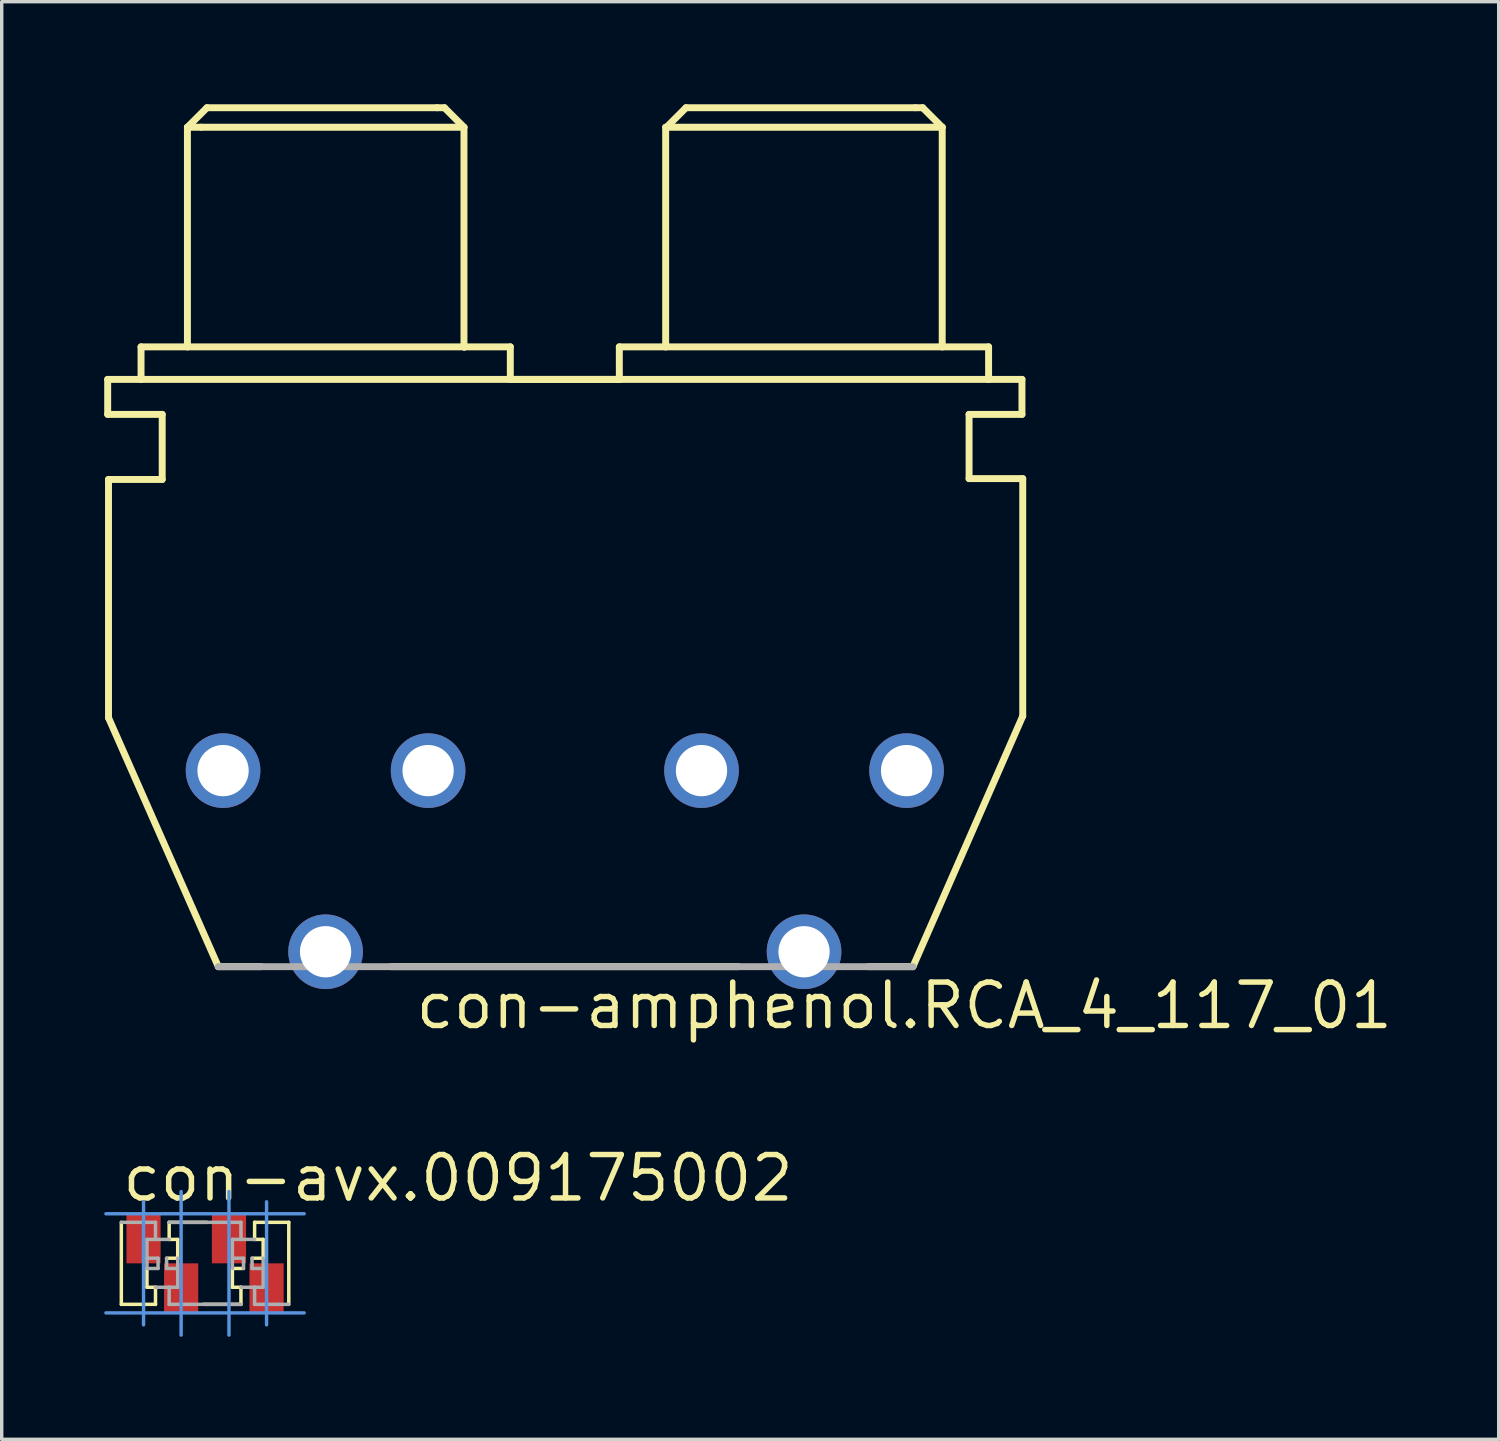
<source format=kicad_pcb>
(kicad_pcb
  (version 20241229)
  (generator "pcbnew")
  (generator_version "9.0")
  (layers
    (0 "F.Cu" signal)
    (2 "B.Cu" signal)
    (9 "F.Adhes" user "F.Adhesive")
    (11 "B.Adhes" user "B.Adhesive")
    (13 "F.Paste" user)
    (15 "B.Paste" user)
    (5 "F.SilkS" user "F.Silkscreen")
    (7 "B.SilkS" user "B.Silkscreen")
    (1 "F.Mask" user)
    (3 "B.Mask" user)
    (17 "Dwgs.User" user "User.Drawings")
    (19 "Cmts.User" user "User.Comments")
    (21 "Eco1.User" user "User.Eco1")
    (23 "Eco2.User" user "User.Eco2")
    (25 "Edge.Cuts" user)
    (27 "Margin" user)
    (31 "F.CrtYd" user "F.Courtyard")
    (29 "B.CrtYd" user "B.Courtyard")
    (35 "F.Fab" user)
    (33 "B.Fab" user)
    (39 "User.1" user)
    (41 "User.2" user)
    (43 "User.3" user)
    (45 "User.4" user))
  (footprint "con-amphenol.RCA_4_117_01"
    (layer "F.Cu")
    (at 13.477 19.499)
    (property "Reference" "con-amphenol.RCA_4_117_01" (at -4.445 7.62 0) (layer "F.SilkS") (effects (font (size 1.27 1.27) (thickness 0.16)) (justify left bottom)))
    (attr through_hole)
    (fp_line (start -13.376 -11.448) (end -12.4 -11.448) (stroke (width 0.203) (type default)) (layer "F.SilkS"))
    (fp_line (start -13.376 -10.424) (end -13.376 -11.448) (stroke (width 0.203) (type default)) (layer "F.SilkS"))
    (fp_line (start -13.352 -8.52) (end -11.781 -8.52) (stroke (width 0.203) (type default)) (layer "F.SilkS"))
    (fp_line (start -13.352 -1.547) (end -13.352 -8.52) (stroke (width 0.203) (type default)) (layer "F.SilkS"))
    (fp_line (start -12.4 -12.4) (end -11.043 -12.4) (stroke (width 0.203) (type default)) (layer "F.SilkS"))
    (fp_line (start -12.4 -11.448) (end -12.4 -12.4) (stroke (width 0.203) (type default)) (layer "F.SilkS"))
    (fp_line (start -12.4 -11.448) (end -1.595 -11.448) (stroke (width 0.203) (type default)) (layer "F.SilkS"))
    (fp_line (start -11.781 -10.424) (end -13.376 -10.424) (stroke (width 0.203) (type default)) (layer "F.SilkS"))
    (fp_line (start -11.781 -8.52) (end -11.781 -10.424) (stroke (width 0.203) (type default)) (layer "F.SilkS"))
    (fp_line (start -11.043 -18.826) (end -10.639 -18.826) (stroke (width 0.203) (type default)) (layer "F.SilkS"))
    (fp_line (start -11.043 -18.826) (end -10.472 -19.397) (stroke (width 0.203) (type default)) (layer "F.SilkS"))
    (fp_line (start -11.043 -12.4) (end -11.043 -18.826) (stroke (width 0.203) (type default)) (layer "F.SilkS"))
    (fp_line (start -11.043 -12.4) (end -2.951 -12.4) (stroke (width 0.203) (type default)) (layer "F.SilkS"))
    (fp_line (start -10.639 -18.826) (end -2.951 -18.826) (stroke (width 0.203) (type default)) (layer "F.SilkS"))
    (fp_line (start -10.472 -19.397) (end -3.737 -19.397) (stroke (width 0.203) (type default)) (layer "F.SilkS"))
    (fp_line (start -10.139 5.736) (end -13.352 -1.547) (stroke (width 0.203) (type default)) (layer "F.SilkS"))
    (fp_line (start -8.89 5.736) (end -10.139 5.736) (stroke (width 0.203) (type default)) (layer "F.SilkS"))
    (fp_line (start -3.522 -19.397) (end -3.737 -19.397) (stroke (width 0.203) (type default)) (layer "F.SilkS"))
    (fp_line (start -2.951 -18.826) (end -3.522 -19.397) (stroke (width 0.203) (type default)) (layer "F.SilkS"))
    (fp_line (start -2.951 -18.826) (end -2.951 -12.4) (stroke (width 0.203) (type default)) (layer "F.SilkS"))
    (fp_line (start -2.951 -12.4) (end -2.927 -12.4) (stroke (width 0.203) (type default)) (layer "F.SilkS"))
    (fp_line (start -2.951 -12.4) (end -2.927 -12.4) (stroke (width 0.203) (type default)) (layer "F.SilkS"))
    (fp_line (start -2.927 -12.4) (end -2.951 -12.4) (stroke (width 0.203) (type default)) (layer "F.SilkS"))
    (fp_line (start -2.927 -12.4) (end -1.595 -12.4) (stroke (width 0.203) (type default)) (layer "F.SilkS"))
    (fp_line (start -1.595 -12.4) (end -1.595 -11.448) (stroke (width 0.203) (type default)) (layer "F.SilkS"))
    (fp_line (start -1.595 -11.448) (end 1.595 -11.448) (stroke (width 0.203) (type default)) (layer "F.SilkS"))
    (fp_line (start -1.595 -11.448) (end 1.595 -11.448) (stroke (width 0.203) (type default)) (layer "F.SilkS"))
    (fp_line (start 1.595 -12.4) (end 2.951 -12.4) (stroke (width 0.203) (type default)) (layer "F.SilkS"))
    (fp_line (start 1.595 -11.448) (end 1.595 -12.4) (stroke (width 0.203) (type default)) (layer "F.SilkS"))
    (fp_line (start 1.595 -11.448) (end 12.4 -11.448) (stroke (width 0.203) (type default)) (layer "F.SilkS"))
    (fp_line (start 2.951 -18.826) (end 11.043 -18.826) (stroke (width 0.203) (type default)) (layer "F.SilkS"))
    (fp_line (start 2.951 -12.4) (end 2.951 -18.826) (stroke (width 0.203) (type default)) (layer "F.SilkS"))
    (fp_line (start 2.951 -12.4) (end 11.043 -12.4) (stroke (width 0.203) (type default)) (layer "F.SilkS"))
    (fp_line (start 2.975 -18.826) (end 3.546 -19.397) (stroke (width 0.203) (type default)) (layer "F.SilkS"))
    (fp_line (start 3.546 -19.397) (end 10.258 -19.397) (stroke (width 0.203) (type default)) (layer "F.SilkS"))
    (fp_line (start 5.08 5.736) (end -5.08 5.736) (stroke (width 0.203) (type default)) (layer "F.SilkS"))
    (fp_line (start 10.186 5.736) (end 8.89 5.736) (stroke (width 0.203) (type default)) (layer "F.SilkS"))
    (fp_line (start 10.472 -19.397) (end 10.258 -19.397) (stroke (width 0.203) (type default)) (layer "F.SilkS"))
    (fp_line (start 11.043 -18.826) (end 10.472 -19.397) (stroke (width 0.203) (type default)) (layer "F.SilkS"))
    (fp_line (start 11.043 -18.826) (end 11.043 -12.4) (stroke (width 0.203) (type default)) (layer "F.SilkS"))
    (fp_line (start 11.043 -12.4) (end 12.4 -12.4) (stroke (width 0.203) (type default)) (layer "F.SilkS"))
    (fp_line (start 11.829 -10.424) (end 11.829 -8.544) (stroke (width 0.203) (type default)) (layer "F.SilkS"))
    (fp_line (start 11.829 -8.544) (end 13.399 -8.544) (stroke (width 0.203) (type default)) (layer "F.SilkS"))
    (fp_line (start 12.4 -12.4) (end 12.4 -11.448) (stroke (width 0.203) (type default)) (layer "F.SilkS"))
    (fp_line (start 12.4 -11.448) (end 13.376 -11.448) (stroke (width 0.203) (type default)) (layer "F.SilkS"))
    (fp_line (start 13.376 -11.448) (end 13.376 -10.424) (stroke (width 0.203) (type default)) (layer "F.SilkS"))
    (fp_line (start 13.376 -10.424) (end 11.829 -10.424) (stroke (width 0.203) (type default)) (layer "F.SilkS"))
    (fp_line (start 13.399 -8.544) (end 13.399 -1.595) (stroke (width 0.203) (type default)) (layer "F.SilkS"))
    (fp_line (start 13.399 -1.595) (end 10.186 5.736) (stroke (width 0.203) (type default)) (layer "F.SilkS"))
    (fp_line (start 10.186 5.736) (end -10.139 5.736) (stroke (width 0.203) (type default)) (layer "F.Fab"))
    (pad "1.1" thru_hole circle (at -10 0) (size 2.184 2.184) (drill 1.5) (layers "*.Cu" "*.Mask"))
    (pad "1.2" thru_hole circle (at -4 0) (size 2.184 2.184) (drill 1.5) (layers "*.Cu" "*.Mask"))
    (pad "2.1" thru_hole circle (at 4 0) (size 2.184 2.184) (drill 1.5) (layers "*.Cu" "*.Mask"))
    (pad "2.2" thru_hole circle (at 10 0) (size 2.184 2.184) (drill 1.5) (layers "*.Cu" "*.Mask"))
    (pad "S1" thru_hole circle (at -7 5.3) (size 2.184 2.184) (drill 1.5) (layers "*.Cu" "*.Mask"))
    (pad "S2" thru_hole circle (at 7 5.3) (size 2.184 2.184) (drill 1.5) (layers "*.Cu" "*.Mask")))
  (footprint "con-avx.009175002"
    (layer "F.Cu")
    (at 2.95 33.916)
    (property "Reference" "con-avx.009175002" (at -2.5 -1.75 0) (layer "F.SilkS") (effects (font (size 1.27 1.27) (thickness 0.16)) (justify left bottom)))
    (attr smd)
    (fp_line (start -2.45 1.2) (end -2.45 -1.2) (stroke (width 0.102) (type default)) (layer "F.SilkS"))
    (fp_line (start -1.7 0.7) (end -1.7 0.15) (stroke (width 0.102) (type default)) (layer "F.SilkS"))
    (fp_line (start -1.45 0.7) (end -1.7 0.7) (stroke (width 0.102) (type default)) (layer "F.SilkS"))
    (fp_line (start -1.45 0.7) (end -1.45 1.2) (stroke (width 0.102) (type default)) (layer "F.SilkS"))
    (fp_line (start -1.45 1.2) (end -2.45 1.2) (stroke (width 0.102) (type default)) (layer "F.SilkS"))
    (fp_line (start -1.05 -1.2) (end 0.05 -1.2) (stroke (width 0.102) (type default)) (layer "F.SilkS"))
    (fp_line (start -1.05 -0.7) (end -1.05 -1.2) (stroke (width 0.102) (type default)) (layer "F.SilkS"))
    (fp_line (start -1.05 -0.7) (end -0.8 -0.7) (stroke (width 0.102) (type default)) (layer "F.SilkS"))
    (fp_line (start -0.8 -0.7) (end -0.8 -0.15) (stroke (width 0.102) (type default)) (layer "F.SilkS"))
    (fp_line (start -0.8 -0.15) (end -1.125 -0.15) (stroke (width 0.102) (type default)) (layer "F.SilkS"))
    (fp_line (start 0.8 0.15) (end 1.125 0.15) (stroke (width 0.102) (type default)) (layer "F.SilkS"))
    (fp_line (start 0.8 0.7) (end 0.8 0.15) (stroke (width 0.102) (type default)) (layer "F.SilkS"))
    (fp_line (start 1.05 0.7) (end 0.8 0.7) (stroke (width 0.102) (type default)) (layer "F.SilkS"))
    (fp_line (start 1.05 0.7) (end 1.05 1.2) (stroke (width 0.102) (type default)) (layer "F.SilkS"))
    (fp_line (start 1.05 1.2) (end -0.05 1.2) (stroke (width 0.102) (type default)) (layer "F.SilkS"))
    (fp_line (start 1.45 -1.2) (end 2.45 -1.2) (stroke (width 0.102) (type default)) (layer "F.SilkS"))
    (fp_line (start 1.45 -0.7) (end 1.45 -1.2) (stroke (width 0.102) (type default)) (layer "F.SilkS"))
    (fp_line (start 1.45 -0.7) (end 1.7 -0.7) (stroke (width 0.102) (type default)) (layer "F.SilkS"))
    (fp_line (start 1.7 -0.7) (end 1.7 -0.15) (stroke (width 0.102) (type default)) (layer "F.SilkS"))
    (fp_line (start 1.7 -0.15) (end 1.375 -0.15) (stroke (width 0.102) (type default)) (layer "F.SilkS"))
    (fp_line (start 2.45 -1.2) (end 2.45 1.2) (stroke (width 0.102) (type default)) (layer "F.SilkS"))
    (fp_line (start -2.9 -1.45) (end 2.9 -1.45) (stroke (width 0.1) (type default)) (layer "Cmts.User"))
    (fp_line (start -1.8 -1.8) (end -1.8 1.8) (stroke (width 0.1) (type default)) (layer "Cmts.User"))
    (fp_line (start -0.7 -2.1) (end -0.7 2.1) (stroke (width 0.1) (type default)) (layer "Cmts.User"))
    (fp_line (start 0.7 -2.1) (end 0.7 2.1) (stroke (width 0.1) (type default)) (layer "Cmts.User"))
    (fp_line (start 1.8 -1.8) (end 1.8 1.8) (stroke (width 0.1) (type default)) (layer "Cmts.User"))
    (fp_line (start 2.9 1.45) (end -2.9 1.45) (stroke (width 0.1) (type default)) (layer "Cmts.User"))
    (fp_line (start -2.45 -1.2) (end -1.45 -1.2) (stroke (width 0.102) (type default)) (layer "F.Fab"))
    (fp_line (start -1.7 -0.7) (end -1.45 -0.7) (stroke (width 0.102) (type default)) (layer "F.Fab"))
    (fp_line (start -1.7 -0.15) (end -1.7 -0.7) (stroke (width 0.102) (type default)) (layer "F.Fab"))
    (fp_line (start -1.7 -0.15) (end -1.7 0.15) (stroke (width 0.102) (type default)) (layer "F.Fab"))
    (fp_line (start -1.7 0.15) (end -1.375 0.15) (stroke (width 0.102) (type default)) (layer "F.Fab"))
    (fp_line (start -1.45 -1.2) (end -1.45 -0.7) (stroke (width 0.102) (type default)) (layer "F.Fab"))
    (fp_line (start -1.45 -0.7) (end -1.05 -0.7) (stroke (width 0.102) (type default)) (layer "F.Fab"))
    (fp_line (start -1.375 -0.15) (end -1.7 -0.15) (stroke (width 0.102) (type default)) (layer "F.Fab"))
    (fp_line (start -1.375 0.15) (end -1.375 -0.15) (stroke (width 0.102) (type default)) (layer "F.Fab"))
    (fp_line (start -1.125 -0.15) (end -1.125 0.15) (stroke (width 0.102) (type default)) (layer "F.Fab"))
    (fp_line (start -1.125 0.15) (end -0.8 0.15) (stroke (width 0.102) (type default)) (layer "F.Fab"))
    (fp_line (start -1.05 -1.2) (end 1.05 -1.2) (stroke (width 0.102) (type default)) (layer "F.Fab"))
    (fp_line (start -1.05 0.7) (end -1.45 0.7) (stroke (width 0.102) (type default)) (layer "F.Fab"))
    (fp_line (start -1.05 1.2) (end -1.05 0.7) (stroke (width 0.102) (type default)) (layer "F.Fab"))
    (fp_line (start -0.8 -0.15) (end -0.8 0.15) (stroke (width 0.102) (type default)) (layer "F.Fab"))
    (fp_line (start -0.8 0.15) (end -0.8 0.7) (stroke (width 0.102) (type default)) (layer "F.Fab"))
    (fp_line (start -0.8 0.7) (end -1.05 0.7) (stroke (width 0.102) (type default)) (layer "F.Fab"))
    (fp_line (start 0.8 -0.7) (end 1.05 -0.7) (stroke (width 0.102) (type default)) (layer "F.Fab"))
    (fp_line (start 0.8 -0.15) (end 0.8 -0.7) (stroke (width 0.102) (type default)) (layer "F.Fab"))
    (fp_line (start 0.8 -0.15) (end 0.8 0.15) (stroke (width 0.102) (type default)) (layer "F.Fab"))
    (fp_line (start 1.05 -1.2) (end 1.05 -0.7) (stroke (width 0.102) (type default)) (layer "F.Fab"))
    (fp_line (start 1.05 -0.7) (end 1.45 -0.7) (stroke (width 0.102) (type default)) (layer "F.Fab"))
    (fp_line (start 1.05 1.2) (end -1.05 1.2) (stroke (width 0.102) (type default)) (layer "F.Fab"))
    (fp_line (start 1.125 -0.15) (end 0.8 -0.15) (stroke (width 0.102) (type default)) (layer "F.Fab"))
    (fp_line (start 1.125 0.15) (end 1.125 -0.15) (stroke (width 0.102) (type default)) (layer "F.Fab"))
    (fp_line (start 1.375 -0.15) (end 1.375 0.15) (stroke (width 0.102) (type default)) (layer "F.Fab"))
    (fp_line (start 1.375 0.15) (end 1.7 0.15) (stroke (width 0.102) (type default)) (layer "F.Fab"))
    (fp_line (start 1.45 0.7) (end 1.05 0.7) (stroke (width 0.102) (type default)) (layer "F.Fab"))
    (fp_line (start 1.45 1.2) (end 1.45 0.7) (stroke (width 0.102) (type default)) (layer "F.Fab"))
    (fp_line (start 1.7 -0.15) (end 1.7 0.15) (stroke (width 0.102) (type default)) (layer "F.Fab"))
    (fp_line (start 1.7 0.15) (end 1.7 0.7) (stroke (width 0.102) (type default)) (layer "F.Fab"))
    (fp_line (start 1.7 0.7) (end 1.45 0.7) (stroke (width 0.102) (type default)) (layer "F.Fab"))
    (fp_line (start 2.45 1.2) (end 1.45 1.2) (stroke (width 0.102) (type default)) (layer "F.Fab"))
    (pad "1" smd roundrect (at -1.8 -0.725) (size 1 1.45) (layers "F.Cu" "F.Mask" "F.Paste") (roundrect_rratio 0.01))
    (pad "1@1" smd roundrect (at -0.7 0.725) (size 1 1.45) (layers "F.Cu" "F.Mask" "F.Paste") (roundrect_rratio 0.01))
    (pad "2" smd roundrect (at 0.7 -0.725) (size 1 1.45) (layers "F.Cu" "F.Mask" "F.Paste") (roundrect_rratio 0.01))
    (pad "2@1" smd roundrect (at 1.8 0.725) (size 1 1.45) (layers "F.Cu" "F.Mask" "F.Paste") (roundrect_rratio 0.01)))
  (gr_rect
    (start -3 -3)
    (end 40.803 39.066)
    (stroke (width 0.1) (type default))
    (fill no)
    (layer "Edge.Cuts")))
</source>
